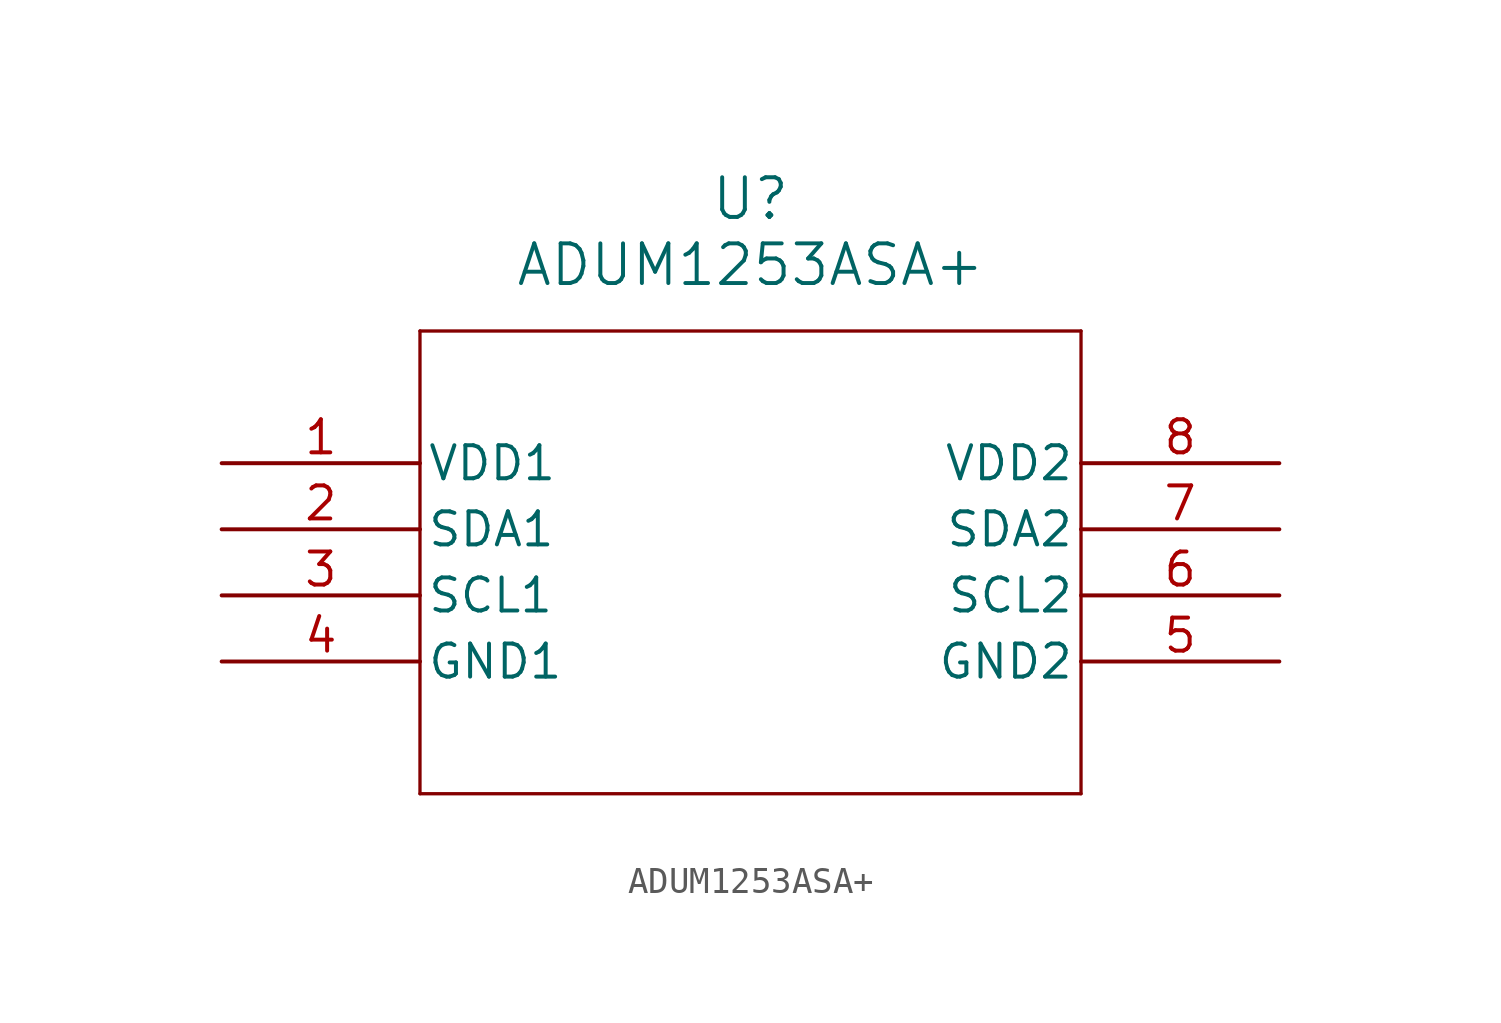
<source format=kicad_sym>
(kicad_symbol_lib
  (version 20211014)
  (generator kicad_symbol_editor)
  (symbol "ADUM1253ASA+"
    (pin_names
      (offset 0.254))
    (property "Reference" "U"
      (at 20.32 10.16 0)
      (effects (font (size 1.524 1.524))))
    (property "Value" "ADUM1253ASA+"
      (at 20.32 7.62 0)
      (effects (font (size 1.524 1.524))))
    (symbol "ADUM1253ASA+_0_1"
      (polyline (pts (xy 7.62 5.08) (xy 7.62 -12.7)) (stroke (width 0.127) (type default) (color 0 0 0 0)) (fill (type none)))
      (polyline (pts (xy 7.62 -12.7) (xy 33.02 -12.7)) (stroke (width 0.127) (type default) (color 0 0 0 0)) (fill (type none)))
      (polyline (pts (xy 33.02 -12.7) (xy 33.02 5.08)) (stroke (width 0.127) (type default) (color 0 0 0 0)) (fill (type none)))
      (polyline (pts (xy 33.02 5.08) (xy 7.62 5.08)) (stroke (width 0.127) (type default) (color 0 0 0 0)) (fill (type none)))
      (pin power_in line (at 0 0 0) (length 7.62) (name "VDD1" (effects (font (size 1.27 1.27)))) (number "1" (effects (font (size 1.27 1.27)))))
      (pin bidirectional line (at 0 -2.54 0) (length 7.62) (name "SDA1" (effects (font (size 1.27 1.27)))) (number "2" (effects (font (size 1.27 1.27)))))
      (pin input line (at 0 -5.08 0) (length 7.62) (name "SCL1" (effects (font (size 1.27 1.27)))) (number "3" (effects (font (size 1.27 1.27)))))
      (pin power_out line (at 0 -7.62 0) (length 7.62) (name "GND1" (effects (font (size 1.27 1.27)))) (number "4" (effects (font (size 1.27 1.27)))))
      (pin power_out line (at 40.64 -7.62 180) (length 7.62) (name "GND2" (effects (font (size 1.27 1.27)))) (number "5" (effects (font (size 1.27 1.27)))))
      (pin input line (at 40.64 -5.08 180) (length 7.62) (name "SCL2" (effects (font (size 1.27 1.27)))) (number "6" (effects (font (size 1.27 1.27)))))
      (pin bidirectional line (at 40.64 -2.54 180) (length 7.62) (name "SDA2" (effects (font (size 1.27 1.27)))) (number "7" (effects (font (size 1.27 1.27)))))
      (pin power_in line (at 40.64 0 180) (length 7.62) (name "VDD2" (effects (font (size 1.27 1.27)))) (number "8" (effects (font (size 1.27 1.27))))))))
</source>
